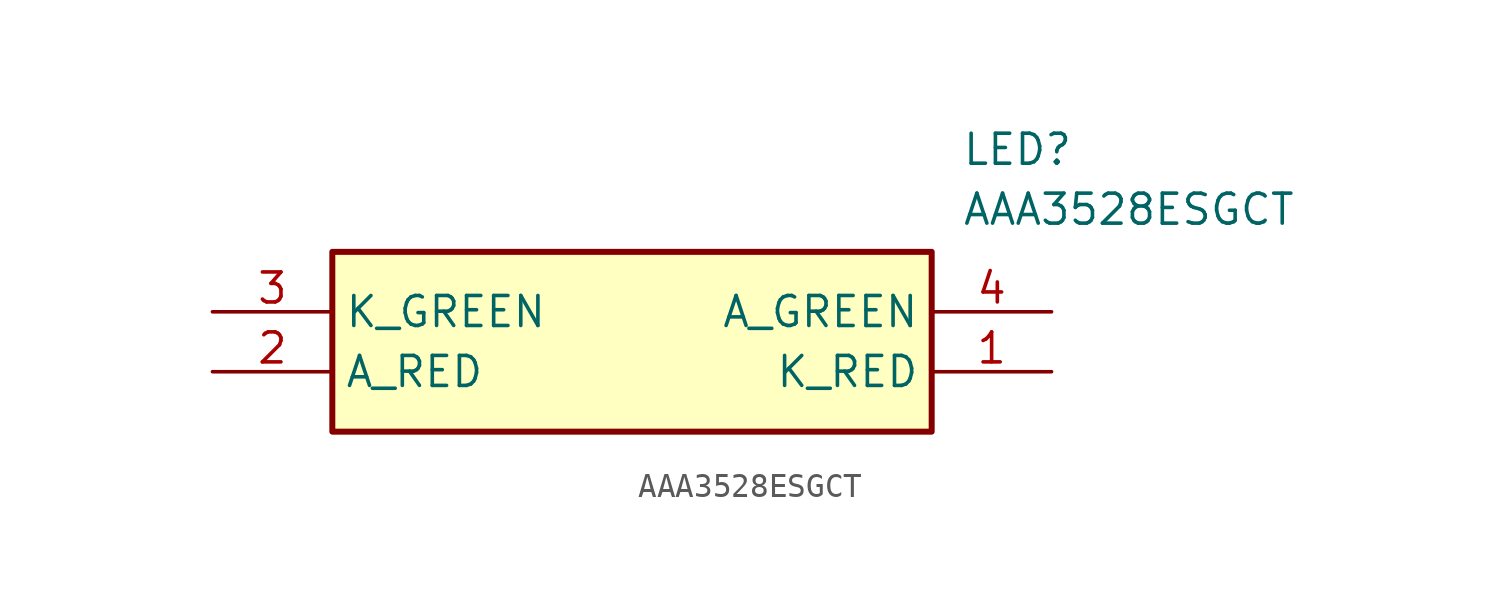
<source format=kicad_sym>
(kicad_symbol_lib
  (version 20211014)
  (generator SamacSys_ECAD_Model)
  (symbol "AAA3528ESGCT"
    (property "Reference" "LED"
      (at 31.75 7.62 0)
      (effects (font (size 1.27 1.27)) (justify left top)))
    (property "Value" "AAA3528ESGCT"
      (at 31.75 5.08 0)
      (effects (font (size 1.27 1.27)) (justify left top)))
    (rectangle
      (start 5.08 2.54)
      (end 30.48 -5.08)
      (stroke (width 0.254) (type default))
      (fill (type background)))
    (pin passive line
      (at 35.56 -2.54 180)
      (length 5.08)
      (name "K_RED" (effects (font (size 1.27 1.27))))
      (number "1" (effects (font (size 1.27 1.27)))))
    (pin passive line
      (at 0 -2.54 0)
      (length 5.08)
      (name "A_RED" (effects (font (size 1.27 1.27))))
      (number "2" (effects (font (size 1.27 1.27)))))
    (pin passive line
      (at 0 0 0)
      (length 5.08)
      (name "K_GREEN" (effects (font (size 1.27 1.27))))
      (number "3" (effects (font (size 1.27 1.27)))))
    (pin passive line
      (at 35.56 0 180)
      (length 5.08)
      (name "A_GREEN" (effects (font (size 1.27 1.27))))
      (number "4" (effects (font (size 1.27 1.27)))))))
</source>
